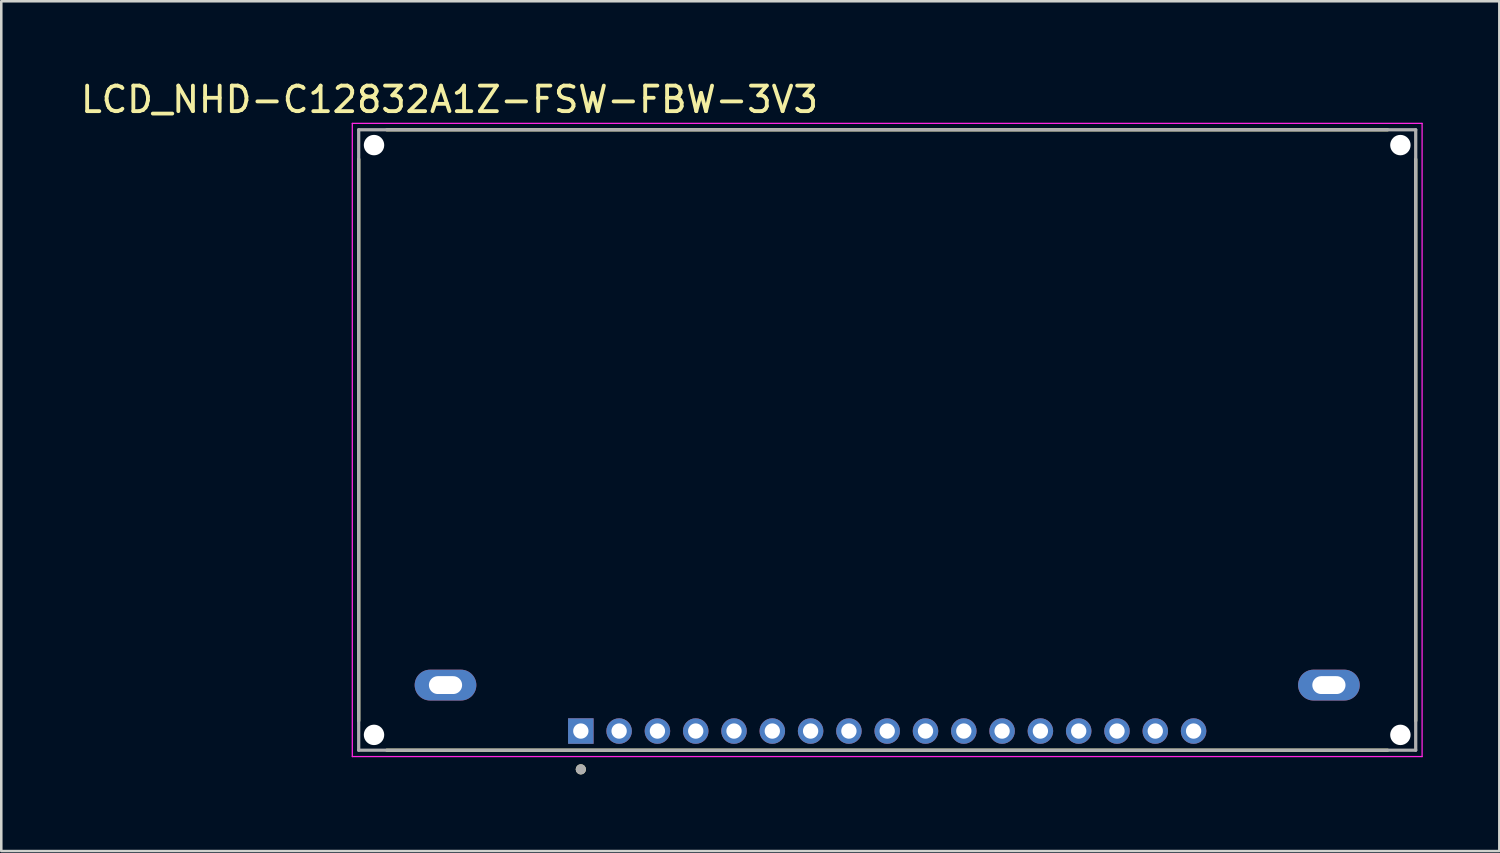
<source format=kicad_pcb>
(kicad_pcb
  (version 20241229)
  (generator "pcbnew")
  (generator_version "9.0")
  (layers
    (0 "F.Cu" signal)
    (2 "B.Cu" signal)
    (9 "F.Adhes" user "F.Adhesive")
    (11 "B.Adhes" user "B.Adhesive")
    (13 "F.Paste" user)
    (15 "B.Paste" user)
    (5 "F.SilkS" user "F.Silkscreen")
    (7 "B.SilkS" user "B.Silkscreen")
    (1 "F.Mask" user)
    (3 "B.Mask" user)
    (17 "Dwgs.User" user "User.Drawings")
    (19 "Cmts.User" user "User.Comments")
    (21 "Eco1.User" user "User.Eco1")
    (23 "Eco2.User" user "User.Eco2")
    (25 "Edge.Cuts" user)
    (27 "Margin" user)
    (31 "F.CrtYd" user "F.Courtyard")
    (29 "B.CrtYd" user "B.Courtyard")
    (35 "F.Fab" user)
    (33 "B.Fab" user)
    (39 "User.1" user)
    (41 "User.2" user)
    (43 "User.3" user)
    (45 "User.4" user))
  (footprint "LCD_NHD-C12832A1Z-FSW-FBW-3V3"
    (layer "F.Cu")
    (at 31.699 14.183)
    (property "Reference" "LCD_NHD-C12832A1Z-FSW-FBW-3V3" (at -17.145 -13.335 0) (layer "F.SilkS") (effects (font (size 1 1) (thickness 0.15))))
    (attr through_hole)
    (fp_line (start -20.7 11) (end -20.7 -11) (stroke (width 0.127) (type solid)) (layer "F.SilkS"))
    (fp_line (start -19.6 -12.15) (end 19.6 -12.15) (stroke (width 0.127) (type solid)) (layer "F.SilkS"))
    (fp_line (start 19.6 12.15) (end -19.6 12.15) (stroke (width 0.127) (type solid)) (layer "F.SilkS"))
    (fp_line (start 20.7 -11) (end 20.7 11) (stroke (width 0.127) (type solid)) (layer "F.SilkS"))
    (fp_circle (center -12 12.9) (end -11.9 12.9) (stroke (width 0.2) (type solid)) (fill no) (layer "F.SilkS"))
    (fp_line (start -20.95 -12.4) (end 20.95 -12.4) (stroke (width 0.05) (type solid)) (layer "F.CrtYd"))
    (fp_line (start -20.95 12.4) (end -20.95 -12.4) (stroke (width 0.05) (type solid)) (layer "F.CrtYd"))
    (fp_line (start 20.95 -12.4) (end 20.95 12.4) (stroke (width 0.05) (type solid)) (layer "F.CrtYd"))
    (fp_line (start 20.95 12.4) (end -20.95 12.4) (stroke (width 0.05) (type solid)) (layer "F.CrtYd"))
    (fp_line (start -20.7 -12.15) (end 20.7 -12.15) (stroke (width 0.127) (type solid)) (layer "F.Fab"))
    (fp_line (start -20.7 12.15) (end -20.7 -12.15) (stroke (width 0.127) (type solid)) (layer "F.Fab"))
    (fp_line (start 20.7 -12.15) (end 20.7 12.15) (stroke (width 0.127) (type solid)) (layer "F.Fab"))
    (fp_line (start 20.7 12.15) (end -20.7 12.15) (stroke (width 0.127) (type solid)) (layer "F.Fab"))
    (fp_circle (center -12 12.9) (end -11.9 12.9) (stroke (width 0.2) (type solid)) (fill no) (layer "F.Fab"))
    (pad "" np_thru_hole circle (at -20.1 -11.55) (size 0.8 0.8) (drill 0.8) (layers "*.Cu" "*.Mask"))
    (pad "" np_thru_hole circle (at -20.1 11.55) (size 0.8 0.8) (drill 0.8) (layers "*.Cu" "*.Mask"))
    (pad "" np_thru_hole circle (at 20.1 -11.55) (size 0.8 0.8) (drill 0.8) (layers "*.Cu" "*.Mask"))
    (pad "" np_thru_hole circle (at 20.1 11.55) (size 0.8 0.8) (drill 0.8) (layers "*.Cu" "*.Mask"))
    (pad "1" thru_hole rect (at -12 11.4) (size 1 1) (drill 0.6) (layers "*.Cu" "*.Mask"))
    (pad "2" thru_hole circle (at -10.5 11.4) (size 1 1) (drill 0.6) (layers "*.Cu" "*.Mask"))
    (pad "3" thru_hole circle (at -9 11.4) (size 1 1) (drill 0.6) (layers "*.Cu" "*.Mask"))
    (pad "4" thru_hole circle (at -7.5 11.4) (size 1 1) (drill 0.6) (layers "*.Cu" "*.Mask"))
    (pad "5" thru_hole circle (at -6 11.4) (size 1 1) (drill 0.6) (layers "*.Cu" "*.Mask"))
    (pad "6" thru_hole circle (at -4.5 11.4) (size 1 1) (drill 0.6) (layers "*.Cu" "*.Mask"))
    (pad "7" thru_hole circle (at -3 11.4) (size 1 1) (drill 0.6) (layers "*.Cu" "*.Mask"))
    (pad "8" thru_hole circle (at -1.5 11.4) (size 1 1) (drill 0.6) (layers "*.Cu" "*.Mask"))
    (pad "9" thru_hole circle (at 0 11.4) (size 1 1) (drill 0.6) (layers "*.Cu" "*.Mask"))
    (pad "10" thru_hole circle (at 1.5 11.4) (size 1 1) (drill 0.6) (layers "*.Cu" "*.Mask"))
    (pad "11" thru_hole circle (at 3 11.4) (size 1 1) (drill 0.6) (layers "*.Cu" "*.Mask"))
    (pad "12" thru_hole circle (at 4.5 11.4) (size 1 1) (drill 0.6) (layers "*.Cu" "*.Mask"))
    (pad "13" thru_hole circle (at 6 11.4) (size 1 1) (drill 0.6) (layers "*.Cu" "*.Mask"))
    (pad "14" thru_hole circle (at 7.5 11.4) (size 1 1) (drill 0.6) (layers "*.Cu" "*.Mask"))
    (pad "15" thru_hole circle (at 9 11.4) (size 1 1) (drill 0.6) (layers "*.Cu" "*.Mask"))
    (pad "16" thru_hole circle (at 10.5 11.4) (size 1 1) (drill 0.6) (layers "*.Cu" "*.Mask"))
    (pad "17" thru_hole circle (at 12 11.4) (size 1 1) (drill 0.6) (layers "*.Cu" "*.Mask"))
    (pad "A" thru_hole oval (at -17.3 9.6) (size 2.416 1.208) (drill oval 1.3 0.7) (layers "*.Cu" "*.Mask"))
    (pad "K" thru_hole oval (at 17.3 9.6) (size 2.416 1.208) (drill oval 1.3 0.7) (layers "*.Cu" "*.Mask")))
  (gr_rect
    (start -3 -3)
    (end 55.674 30.283)
    (stroke (width 0.1) (type default))
    (fill no)
    (layer "Edge.Cuts")))
</source>
